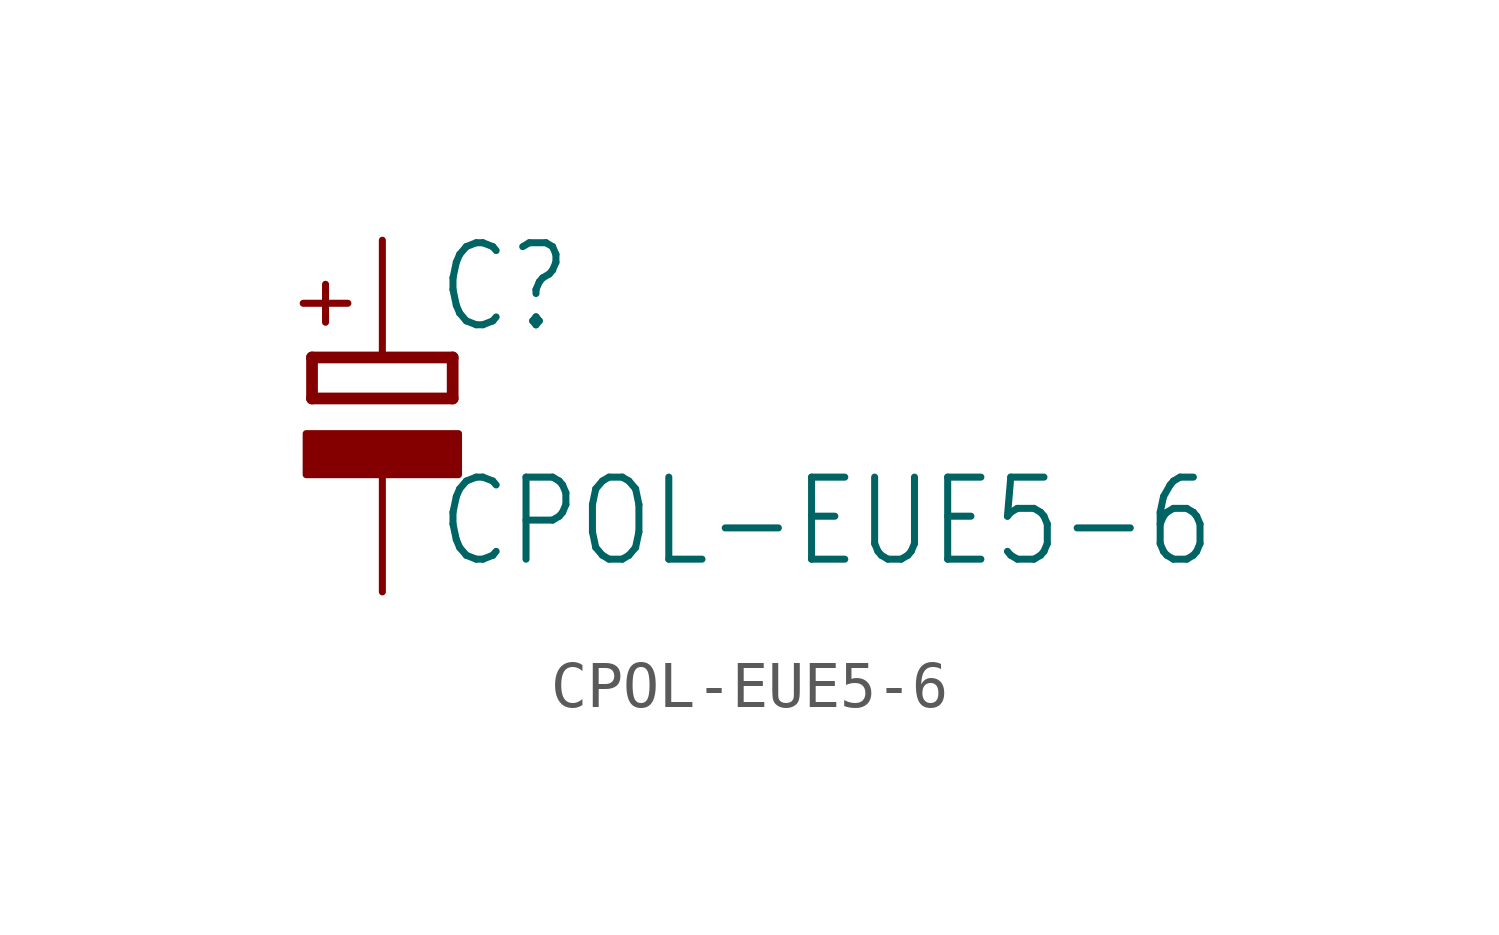
<source format=kicad_sym>
(kicad_symbol_lib
  (version 20220331)
  (generator kicad_symbol_editor)
  (symbol "CPOL-EUE5-6"
    (property "Reference" "C"
      (at 1.143 0.483 0)
      (effects (font (size 1.778 1.511)) (justify left bottom)))
    (property "Value" "CPOL-EUE5-6"
      (at 1.143 -4.597 0)
      (effects (font (size 1.778 1.511)) (justify left bottom)))
    (property "ki_locked" ""
      (at 0 0 0)
      (effects (font (size 1.27 1.27))))
    (symbol "CPOL-EUE5-6_1_0"
      (rectangle (start -1.651 -2.54) (end 1.651 -1.651) (stroke (width 0) (type default)) (fill (type outline)))
      (polyline (pts (xy -1.524 -0.889) (xy 1.524 -0.889)) (stroke (width 0.254) (type solid)) (fill (type none)))
      (polyline (pts (xy -1.524 0) (xy -1.524 -0.889)) (stroke (width 0.254) (type solid)) (fill (type none)))
      (polyline (pts (xy -1.524 0) (xy 1.524 0)) (stroke (width 0.254) (type solid)) (fill (type none)))
      (polyline (pts (xy 1.524 -0.889) (xy 1.524 0)) (stroke (width 0.254) (type solid)) (fill (type none)))
      (text "+" (at -0.584 0.406 900) (effects (font (size 1.27 1.079)) (justify left bottom)))
      (pin passive line (at 0 2.54 270) (length 2.54) (name "+" (effects (font (size 0 0)))) (number "+" (effects (font (size 0 0)))))
      (pin passive line (at 0 -5.08 90) (length 2.54) (name "-" (effects (font (size 0 0)))) (number "-" (effects (font (size 0 0))))))))
</source>
